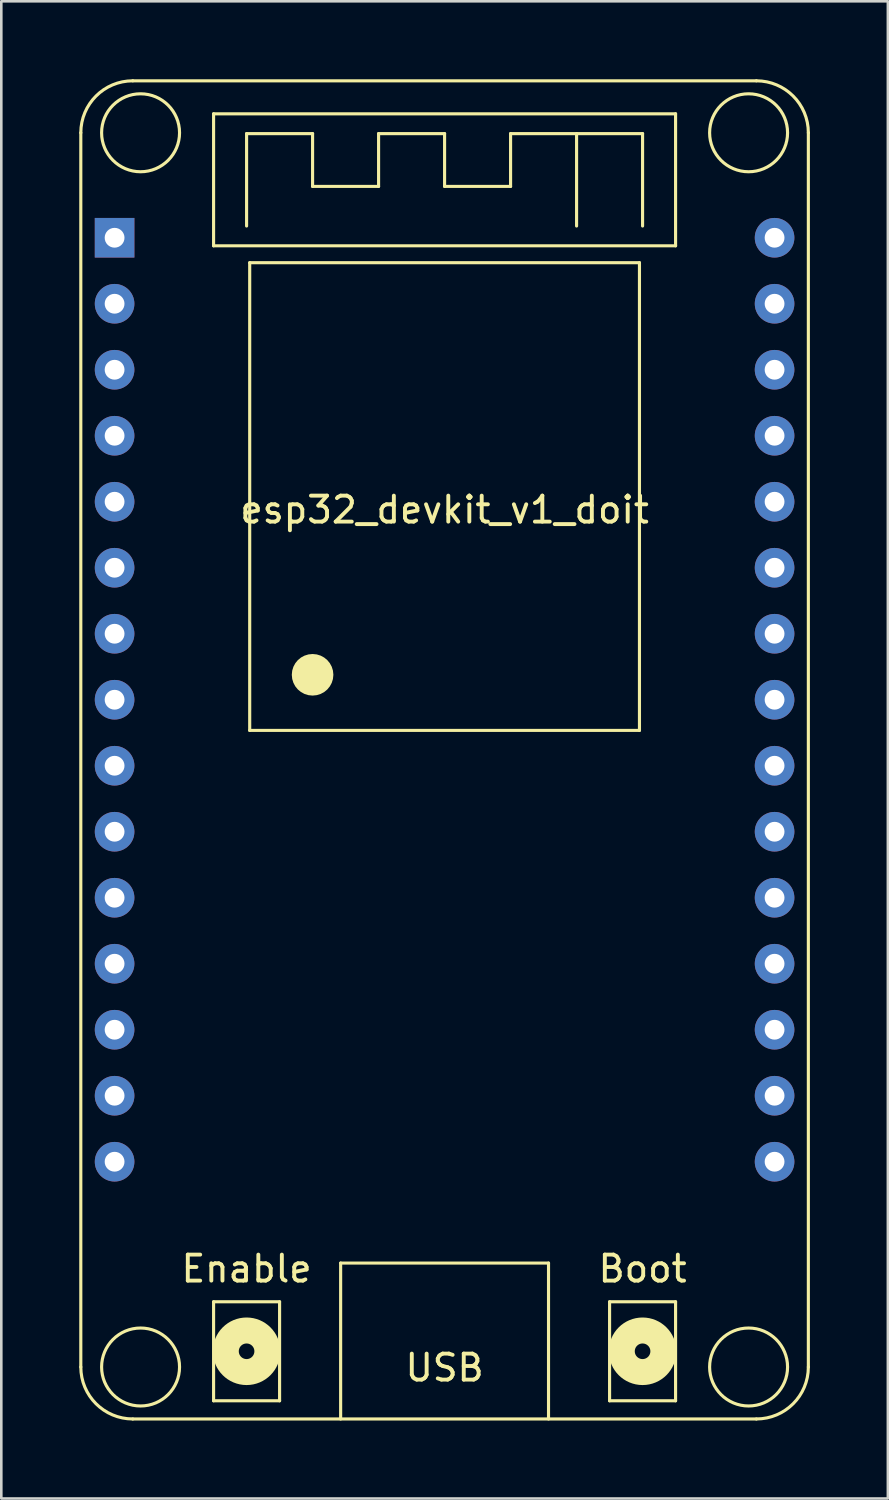
<source format=kicad_pcb>
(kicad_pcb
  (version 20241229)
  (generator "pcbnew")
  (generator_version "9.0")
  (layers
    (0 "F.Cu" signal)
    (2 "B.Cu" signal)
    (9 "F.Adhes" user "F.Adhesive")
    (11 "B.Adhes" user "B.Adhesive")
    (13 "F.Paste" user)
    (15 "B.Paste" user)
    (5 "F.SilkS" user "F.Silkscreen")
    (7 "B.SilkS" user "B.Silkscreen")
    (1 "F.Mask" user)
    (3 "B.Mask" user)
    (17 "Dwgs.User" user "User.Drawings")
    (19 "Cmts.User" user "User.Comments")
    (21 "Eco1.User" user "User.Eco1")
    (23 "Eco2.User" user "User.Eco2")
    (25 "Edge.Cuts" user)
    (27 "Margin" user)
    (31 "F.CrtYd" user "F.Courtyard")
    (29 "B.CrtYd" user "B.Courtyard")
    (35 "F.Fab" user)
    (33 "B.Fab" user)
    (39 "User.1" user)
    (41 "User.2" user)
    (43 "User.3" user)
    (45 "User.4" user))
  (footprint "esp32_devkit_v1_doit"
    (layer "F.Cu")
    (at 14.06 6.1)
    (property "Reference" "esp32_devkit_v1_doit" (at 0 10.47 0) (layer "F.SilkS") (effects (font (size 1 1) (thickness 0.15))))
    (attr smd)
    (fp_line (start -14 -4.04) (end -14 43.46) (stroke (width 0.12) (type solid)) (layer "F.SilkS"))
    (fp_line (start -12 -6.04) (end 12 -6.04) (stroke (width 0.12) (type solid)) (layer "F.SilkS"))
    (fp_line (start -12 45.46) (end 12 45.46) (stroke (width 0.12) (type solid)) (layer "F.SilkS"))
    (fp_line (start -8.89 -4.77) (end 8.89 -4.77) (stroke (width 0.12) (type solid)) (layer "F.SilkS"))
    (fp_line (start -8.89 0.31) (end -8.89 -4.77) (stroke (width 0.12) (type solid)) (layer "F.SilkS"))
    (fp_line (start -8.89 40.95) (end -6.35 40.95) (stroke (width 0.12) (type solid)) (layer "F.SilkS"))
    (fp_line (start -8.89 44.76) (end -8.89 40.95) (stroke (width 0.12) (type solid)) (layer "F.SilkS"))
    (fp_line (start -7.62 -4.008) (end -5.08 -4.008) (stroke (width 0.12) (type solid)) (layer "F.SilkS"))
    (fp_line (start -7.62 -0.452) (end -7.62 -4.008) (stroke (width 0.12) (type solid)) (layer "F.SilkS"))
    (fp_line (start -7.5 0.96) (end 7.5 0.96) (stroke (width 0.12) (type solid)) (layer "F.SilkS"))
    (fp_line (start -7.5 18.96) (end -7.5 0.96) (stroke (width 0.12) (type solid)) (layer "F.SilkS"))
    (fp_line (start -6.35 40.95) (end -6.35 44.76) (stroke (width 0.12) (type solid)) (layer "F.SilkS"))
    (fp_line (start -6.35 44.76) (end -8.89 44.76) (stroke (width 0.12) (type solid)) (layer "F.SilkS"))
    (fp_line (start -5.08 -4.008) (end -5.08 -1.976) (stroke (width 0.12) (type solid)) (layer "F.SilkS"))
    (fp_line (start -5.08 -1.976) (end -2.54 -1.976) (stroke (width 0.12) (type solid)) (layer "F.SilkS"))
    (fp_line (start -4 39.46) (end -4 45.46) (stroke (width 0.12) (type solid)) (layer "F.SilkS"))
    (fp_line (start -4 39.46) (end 4 39.46) (stroke (width 0.12) (type solid)) (layer "F.SilkS"))
    (fp_line (start -2.54 -4.008) (end 0 -4.008) (stroke (width 0.12) (type solid)) (layer "F.SilkS"))
    (fp_line (start -2.54 -1.976) (end -2.54 -4.008) (stroke (width 0.12) (type solid)) (layer "F.SilkS"))
    (fp_line (start 0 -4.008) (end 0 -1.976) (stroke (width 0.12) (type solid)) (layer "F.SilkS"))
    (fp_line (start 0 -1.976) (end 2.54 -1.976) (stroke (width 0.12) (type solid)) (layer "F.SilkS"))
    (fp_line (start 2.54 -4.008) (end 7.62 -4.008) (stroke (width 0.12) (type solid)) (layer "F.SilkS"))
    (fp_line (start 2.54 -1.976) (end 2.54 -4.008) (stroke (width 0.12) (type solid)) (layer "F.SilkS"))
    (fp_line (start 4 39.46) (end 4 45.46) (stroke (width 0.12) (type solid)) (layer "F.SilkS"))
    (fp_line (start 5.08 -4.008) (end 5.08 -0.452) (stroke (width 0.12) (type solid)) (layer "F.SilkS"))
    (fp_line (start 6.35 40.95) (end 8.89 40.95) (stroke (width 0.12) (type solid)) (layer "F.SilkS"))
    (fp_line (start 6.35 44.76) (end 6.35 40.95) (stroke (width 0.12) (type solid)) (layer "F.SilkS"))
    (fp_line (start 7.5 0.96) (end 7.5 18.96) (stroke (width 0.12) (type solid)) (layer "F.SilkS"))
    (fp_line (start 7.5 18.96) (end -7.5 18.96) (stroke (width 0.12) (type solid)) (layer "F.SilkS"))
    (fp_line (start 7.62 -4.008) (end 7.62 -0.452) (stroke (width 0.12) (type solid)) (layer "F.SilkS"))
    (fp_line (start 8.89 -4.77) (end 8.89 0.31) (stroke (width 0.12) (type solid)) (layer "F.SilkS"))
    (fp_line (start 8.89 0.31) (end -8.89 0.31) (stroke (width 0.12) (type solid)) (layer "F.SilkS"))
    (fp_line (start 8.89 40.95) (end 8.89 44.76) (stroke (width 0.12) (type solid)) (layer "F.SilkS"))
    (fp_line (start 8.89 44.76) (end 6.35 44.76) (stroke (width 0.12) (type solid)) (layer "F.SilkS"))
    (fp_line (start 14 43.46) (end 14 -4.04) (stroke (width 0.12) (type solid)) (layer "F.SilkS"))
    (fp_arc (start -14 -4.04) (mid -13.414214 -5.454214) (end -12 -6.04) (stroke (width 0.12) (type solid)) (layer "F.SilkS"))
    (fp_arc (start -12 45.46) (mid -13.414214 44.874214) (end -14 43.46) (stroke (width 0.12) (type solid)) (layer "F.SilkS"))
    (fp_arc (start 12 -6.04) (mid 13.414214 -5.454214) (end 14 -4.04) (stroke (width 0.12) (type solid)) (layer "F.SilkS"))
    (fp_arc (start 14 43.46) (mid 13.414214 44.874214) (end 12 45.46) (stroke (width 0.12) (type solid)) (layer "F.SilkS"))
    (fp_circle (center -11.7 -4.04) (end -10.2 -4.04) (stroke (width 0.12) (type solid)) (fill no) (layer "F.SilkS"))
    (fp_circle (center -11.7 43.46) (end -10.2 43.46) (stroke (width 0.12) (type solid)) (fill no) (layer "F.SilkS"))
    (fp_circle (center -7.62 42.855) (end -7.32 42.855) (stroke (width 1) (type solid)) (fill no) (layer "F.SilkS"))
    (fp_circle (center -5.08 16.82) (end -4.68 16.82) (stroke (width 0.8) (type solid)) (fill no) (layer "F.SilkS"))
    (fp_circle (center 7.62 42.855) (end 7.92 42.855) (stroke (width 1) (type solid)) (fill no) (layer "F.SilkS"))
    (fp_circle (center 11.7 -4.04) (end 13.2 -4.04) (stroke (width 0.12) (type solid)) (fill no) (layer "F.SilkS"))
    (fp_circle (center 11.7 43.46) (end 13.2 43.46) (stroke (width 0.12) (type solid)) (fill no) (layer "F.SilkS"))
    (fp_text user "USB" (at 0 43.49 0) (layer "F.SilkS") (effects (font (size 1 1) (thickness 0.15))))
    (fp_text user "Boot" (at 7.62 39.68 0) (layer "F.SilkS") (effects (font (size 1 1) (thickness 0.15))))
    (fp_text user "Enable" (at -7.62 39.68 0) (layer "F.SilkS") (effects (font (size 1 1) (thickness 0.15))))
    (pad "1" thru_hole rect (at -12.7 0) (size 1.524 1.524) (drill 0.762) (layers "*.Cu" "*.Mask"))
    (pad "2" thru_hole circle (at -12.7 2.54) (size 1.524 1.524) (drill 0.762) (layers "*.Cu" "*.Mask"))
    (pad "3" thru_hole circle (at -12.7 5.08) (size 1.524 1.524) (drill 0.762) (layers "*.Cu" "*.Mask"))
    (pad "4" thru_hole circle (at -12.7 7.62) (size 1.524 1.524) (drill 0.762) (layers "*.Cu" "*.Mask"))
    (pad "5" thru_hole circle (at -12.7 10.16) (size 1.524 1.524) (drill 0.762) (layers "*.Cu" "*.Mask"))
    (pad "6" thru_hole circle (at -12.7 12.7) (size 1.524 1.524) (drill 0.762) (layers "*.Cu" "*.Mask"))
    (pad "7" thru_hole circle (at -12.7 15.24) (size 1.524 1.524) (drill 0.762) (layers "*.Cu" "*.Mask"))
    (pad "8" thru_hole circle (at -12.7 17.78) (size 1.524 1.524) (drill 0.762) (layers "*.Cu" "*.Mask"))
    (pad "9" thru_hole circle (at -12.7 20.32) (size 1.524 1.524) (drill 0.762) (layers "*.Cu" "*.Mask"))
    (pad "10" thru_hole circle (at -12.7 22.86) (size 1.524 1.524) (drill 0.762) (layers "*.Cu" "*.Mask"))
    (pad "11" thru_hole circle (at -12.7 25.4) (size 1.524 1.524) (drill 0.762) (layers "*.Cu" "*.Mask"))
    (pad "12" thru_hole circle (at -12.7 27.94) (size 1.524 1.524) (drill 0.762) (layers "*.Cu" "*.Mask"))
    (pad "13" thru_hole circle (at -12.7 30.48) (size 1.524 1.524) (drill 0.762) (layers "*.Cu" "*.Mask"))
    (pad "14" thru_hole circle (at -12.7 33.02) (size 1.524 1.524) (drill 0.762) (layers "*.Cu" "*.Mask"))
    (pad "15" thru_hole circle (at -12.7 35.56) (size 1.524 1.524) (drill 0.762) (layers "*.Cu" "*.Mask"))
    (pad "16" thru_hole circle (at 12.7 0) (size 1.524 1.524) (drill 0.762) (layers "*.Cu" "*.Mask"))
    (pad "17" thru_hole circle (at 12.7 2.54) (size 1.524 1.524) (drill 0.762) (layers "*.Cu" "*.Mask"))
    (pad "18" thru_hole circle (at 12.7 5.08) (size 1.524 1.524) (drill 0.762) (layers "*.Cu" "*.Mask"))
    (pad "19" thru_hole circle (at 12.7 7.62) (size 1.524 1.524) (drill 0.762) (layers "*.Cu" "*.Mask"))
    (pad "20" thru_hole circle (at 12.7 10.16) (size 1.524 1.524) (drill 0.762) (layers "*.Cu" "*.Mask"))
    (pad "21" thru_hole circle (at 12.7 12.7) (size 1.524 1.524) (drill 0.762) (layers "*.Cu" "*.Mask"))
    (pad "22" thru_hole circle (at 12.7 15.24) (size 1.524 1.524) (drill 0.762) (layers "*.Cu" "*.Mask"))
    (pad "23" thru_hole circle (at 12.7 17.78) (size 1.524 1.524) (drill 0.762) (layers "*.Cu" "*.Mask"))
    (pad "24" thru_hole circle (at 12.7 20.32) (size 1.524 1.524) (drill 0.762) (layers "*.Cu" "*.Mask"))
    (pad "25" thru_hole circle (at 12.7 22.86) (size 1.524 1.524) (drill 0.762) (layers "*.Cu" "*.Mask"))
    (pad "26" thru_hole circle (at 12.7 25.4) (size 1.524 1.524) (drill 0.762) (layers "*.Cu" "*.Mask"))
    (pad "27" thru_hole circle (at 12.7 27.94) (size 1.524 1.524) (drill 0.762) (layers "*.Cu" "*.Mask"))
    (pad "28" thru_hole circle (at 12.7 30.48) (size 1.524 1.524) (drill 0.762) (layers "*.Cu" "*.Mask"))
    (pad "29" thru_hole circle (at 12.7 33.02) (size 1.524 1.524) (drill 0.762) (layers "*.Cu" "*.Mask"))
    (pad "30" thru_hole circle (at 12.7 35.56) (size 1.524 1.524) (drill 0.762) (layers "*.Cu" "*.Mask")))
  (gr_rect
    (start -3 -3)
    (end 31.12 54.62)
    (stroke (width 0.1) (type default))
    (fill no)
    (layer "Edge.Cuts")))
</source>
